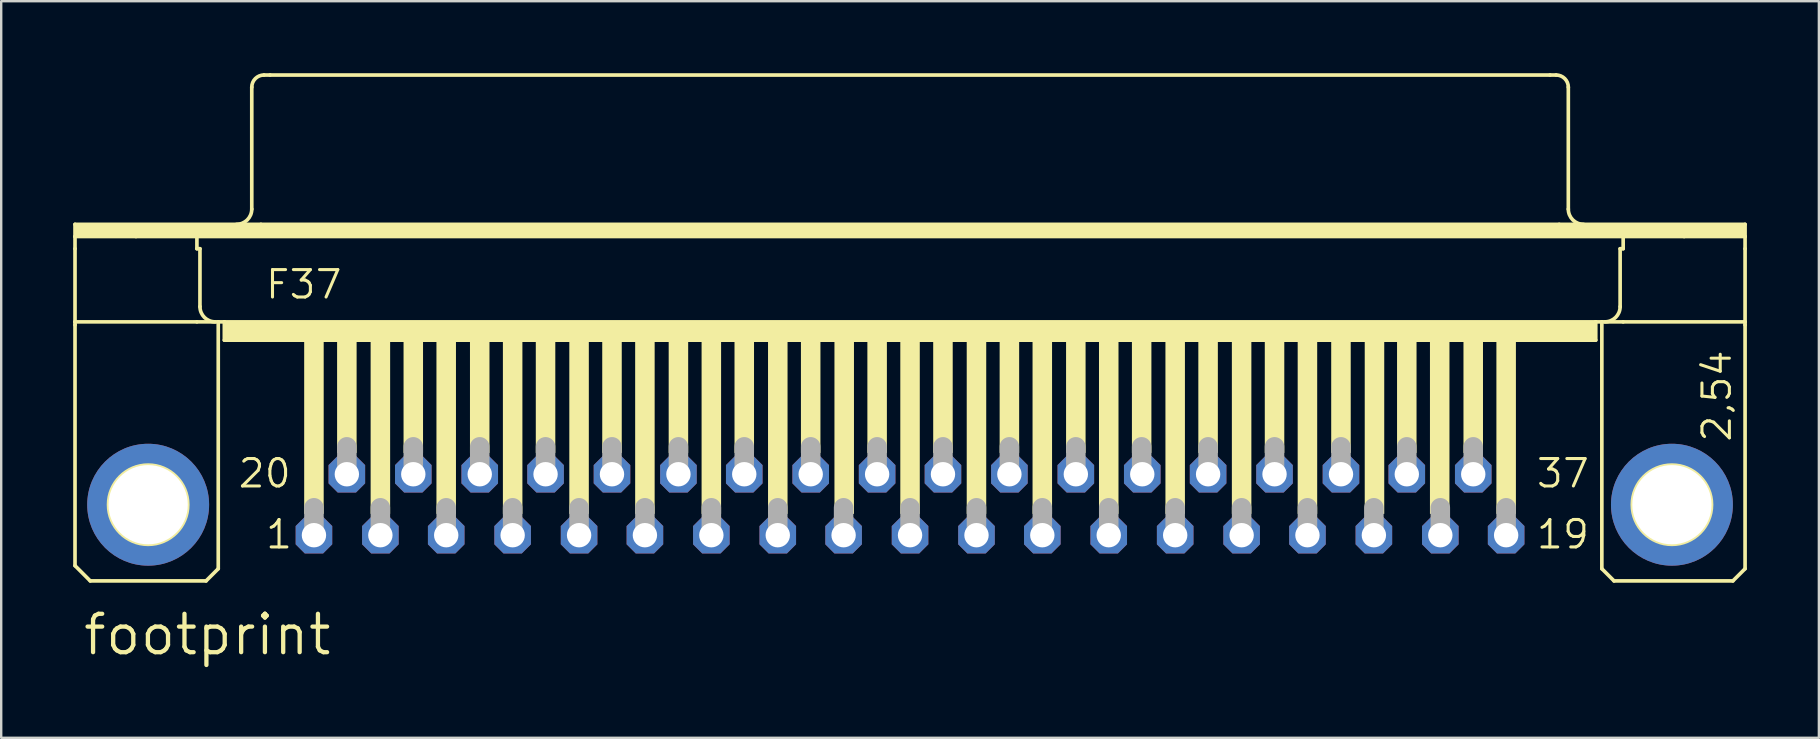
<source format=kicad_pcb>
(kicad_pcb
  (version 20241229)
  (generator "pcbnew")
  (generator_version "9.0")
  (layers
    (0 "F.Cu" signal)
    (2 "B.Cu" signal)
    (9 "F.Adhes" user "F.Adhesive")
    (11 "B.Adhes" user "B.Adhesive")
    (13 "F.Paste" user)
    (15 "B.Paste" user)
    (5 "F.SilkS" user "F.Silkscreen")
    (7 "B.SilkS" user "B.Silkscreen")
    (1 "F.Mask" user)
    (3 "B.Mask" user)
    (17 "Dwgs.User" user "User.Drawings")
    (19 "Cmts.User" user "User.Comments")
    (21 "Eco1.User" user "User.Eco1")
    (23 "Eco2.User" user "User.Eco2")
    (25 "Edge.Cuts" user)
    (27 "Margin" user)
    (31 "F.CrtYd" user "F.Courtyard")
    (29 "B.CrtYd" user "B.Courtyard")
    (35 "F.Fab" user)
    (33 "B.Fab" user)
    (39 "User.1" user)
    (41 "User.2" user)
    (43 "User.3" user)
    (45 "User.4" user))
  (footprint "footprint"
    (layer "F.Cu")
    (at 34.874 17.983)
    (property "Reference" "footprint" (at -34.544 6.35 0) (layer "F.SilkS") (effects (font (size 1.6 1.6) (thickness 0.178)) (justify left bottom)))
    (fp_line (start -34.798 -11.684) (end -27.051 -11.684) (stroke (width 0.152) (type solid)) (layer "F.SilkS"))
    (fp_line (start -34.798 -11.176) (end -34.798 -11.684) (stroke (width 0.152) (type solid)) (layer "F.SilkS"))
    (fp_line (start -34.798 -11.176) (end -32.258 -11.176) (stroke (width 0.152) (type solid)) (layer "F.SilkS"))
    (fp_line (start -34.798 -10.668) (end -34.798 -11.176) (stroke (width 0.152) (type solid)) (layer "F.SilkS"))
    (fp_line (start -34.798 -7.62) (end -34.798 -10.668) (stroke (width 0.152) (type solid)) (layer "F.SilkS"))
    (fp_line (start -34.798 -7.62) (end -34.798 -7.493) (stroke (width 0.152) (type solid)) (layer "F.SilkS"))
    (fp_line (start -34.798 -7.62) (end -29.718 -7.62) (stroke (width 0.152) (type solid)) (layer "F.SilkS"))
    (fp_line (start -34.798 2.54) (end -34.798 -7.493) (stroke (width 0.152) (type solid)) (layer "F.SilkS"))
    (fp_line (start -34.163 3.175) (end -34.798 2.54) (stroke (width 0.152) (type solid)) (layer "F.SilkS"))
    (fp_line (start -32.258 -11.176) (end -29.718 -11.176) (stroke (width 0.152) (type solid)) (layer "F.SilkS"))
    (fp_line (start -29.718 -11.176) (end 29.718 -11.176) (stroke (width 0.152) (type solid)) (layer "F.SilkS"))
    (fp_line (start -29.718 -10.668) (end -29.718 -11.176) (stroke (width 0.152) (type solid)) (layer "F.SilkS"))
    (fp_line (start -29.718 -10.668) (end -29.591 -10.668) (stroke (width 0.152) (type solid)) (layer "F.SilkS"))
    (fp_line (start -29.718 -7.62) (end -28.829 -7.62) (stroke (width 0.152) (type solid)) (layer "F.SilkS"))
    (fp_line (start -29.591 -8.255) (end -29.591 -10.668) (stroke (width 0.152) (type solid)) (layer "F.SilkS"))
    (fp_line (start -29.337 3.175) (end -34.163 3.175) (stroke (width 0.152) (type solid)) (layer "F.SilkS"))
    (fp_line (start -29.337 3.175) (end -28.829 2.667) (stroke (width 0.152) (type solid)) (layer "F.SilkS"))
    (fp_line (start -28.829 -7.62) (end -28.575 -7.62) (stroke (width 0.152) (type solid)) (layer "F.SilkS"))
    (fp_line (start -28.829 2.667) (end -28.829 -7.62) (stroke (width 0.152) (type solid)) (layer "F.SilkS"))
    (fp_line (start -28.575 -7.62) (end -28.575 -6.858) (stroke (width 0.152) (type solid)) (layer "F.SilkS"))
    (fp_line (start -28.575 -7.62) (end 28.575 -7.62) (stroke (width 0.152) (type solid)) (layer "F.SilkS"))
    (fp_line (start -28.575 -6.858) (end 28.575 -6.858) (stroke (width 0.152) (type solid)) (layer "F.SilkS"))
    (fp_line (start -27.432 -12.319) (end -27.432 -17.399) (stroke (width 0.152) (type solid)) (layer "F.SilkS"))
    (fp_line (start -27.051 -11.684) (end 27.051 -11.684) (stroke (width 0.152) (type solid)) (layer "F.SilkS"))
    (fp_line (start -26.924 -17.907) (end -26.67 -17.907) (stroke (width 0.152) (type solid)) (layer "F.SilkS"))
    (fp_line (start -26.67 -17.907) (end 26.67 -17.907) (stroke (width 0.152) (type solid)) (layer "F.SilkS"))
    (fp_line (start 26.67 -17.907) (end 26.924 -17.907) (stroke (width 0.152) (type solid)) (layer "F.SilkS"))
    (fp_line (start 27.051 -11.684) (end 34.798 -11.684) (stroke (width 0.152) (type solid)) (layer "F.SilkS"))
    (fp_line (start 27.432 -12.319) (end 27.432 -17.399) (stroke (width 0.152) (type solid)) (layer "F.SilkS"))
    (fp_line (start 28.575 -7.62) (end 28.575 -6.858) (stroke (width 0.152) (type solid)) (layer "F.SilkS"))
    (fp_line (start 28.575 -7.62) (end 28.829 -7.62) (stroke (width 0.152) (type solid)) (layer "F.SilkS"))
    (fp_line (start 28.829 -7.62) (end 29.718 -7.62) (stroke (width 0.152) (type solid)) (layer "F.SilkS"))
    (fp_line (start 28.829 2.667) (end 28.829 -7.62) (stroke (width 0.152) (type solid)) (layer "F.SilkS"))
    (fp_line (start 28.829 2.667) (end 29.337 3.175) (stroke (width 0.152) (type solid)) (layer "F.SilkS"))
    (fp_line (start 29.337 3.175) (end 34.29 3.175) (stroke (width 0.152) (type solid)) (layer "F.SilkS"))
    (fp_line (start 29.591 -10.668) (end 29.718 -10.668) (stroke (width 0.152) (type solid)) (layer "F.SilkS"))
    (fp_line (start 29.591 -8.255) (end 29.591 -10.668) (stroke (width 0.152) (type solid)) (layer "F.SilkS"))
    (fp_line (start 29.718 -11.176) (end 32.258 -11.176) (stroke (width 0.152) (type solid)) (layer "F.SilkS"))
    (fp_line (start 29.718 -10.668) (end 29.718 -11.176) (stroke (width 0.152) (type solid)) (layer "F.SilkS"))
    (fp_line (start 29.718 -7.62) (end 34.798 -7.62) (stroke (width 0.152) (type solid)) (layer "F.SilkS"))
    (fp_line (start 32.258 -11.176) (end 34.798 -11.176) (stroke (width 0.152) (type solid)) (layer "F.SilkS"))
    (fp_line (start 34.29 3.175) (end 34.798 2.667) (stroke (width 0.152) (type solid)) (layer "F.SilkS"))
    (fp_line (start 34.798 -11.684) (end 34.798 -11.176) (stroke (width 0.152) (type solid)) (layer "F.SilkS"))
    (fp_line (start 34.798 -11.176) (end 34.798 -10.668) (stroke (width 0.152) (type solid)) (layer "F.SilkS"))
    (fp_line (start 34.798 -10.668) (end 34.798 -7.62) (stroke (width 0.152) (type solid)) (layer "F.SilkS"))
    (fp_line (start 34.798 -7.62) (end 34.798 -7.493) (stroke (width 0.152) (type solid)) (layer "F.SilkS"))
    (fp_line (start 34.798 2.667) (end 34.798 -7.493) (stroke (width 0.152) (type solid)) (layer "F.SilkS"))
    (fp_arc (start -28.956 -7.62) (mid -29.405013 -7.805987) (end -29.591 -8.255) (stroke (width 0.1524) (type solid)) (layer "F.SilkS"))
    (fp_arc (start -27.432 -17.399) (mid -27.28321 -17.75821) (end -26.924 -17.907) (stroke (width 0.1524) (type solid)) (layer "F.SilkS"))
    (fp_arc (start -27.432 -12.319) (mid -27.617987 -11.869987) (end -28.067 -11.684) (stroke (width 0.1524) (type solid)) (layer "F.SilkS"))
    (fp_arc (start 26.924 -17.907) (mid 27.28321 -17.75821) (end 27.432 -17.399) (stroke (width 0.1524) (type solid)) (layer "F.SilkS"))
    (fp_arc (start 28.067 -11.684) (mid 27.617987 -11.869987) (end 27.432 -12.319) (stroke (width 0.1524) (type solid)) (layer "F.SilkS"))
    (fp_arc (start 29.591 -8.255) (mid 29.405013 -7.805987) (end 28.956 -7.62) (stroke (width 0.1524) (type solid)) (layer "F.SilkS"))
    (fp_circle (center -31.75 0) (end -30.099 0) (stroke (width 0.152) (type solid)) (fill no) (layer "F.SilkS"))
    (fp_circle (center 31.75 0) (end 33.401 0) (stroke (width 0.152) (type solid)) (fill no) (layer "F.SilkS"))
    (fp_poly (pts (xy -34.798 -11.176) (xy 34.798 -11.176) (xy 34.798 -11.684) (xy -34.798 -11.684)) (stroke (width 0) (type solid)) (fill yes) (layer "F.SilkS"))
    (fp_poly (pts (xy -28.575 -6.858) (xy 28.575 -6.858) (xy 28.575 -7.62) (xy -28.575 -7.62)) (stroke (width 0) (type solid)) (fill yes) (layer "F.SilkS"))
    (fp_poly (pts (xy -25.248 0.381) (xy -24.435 0.381) (xy -24.435 -6.858) (xy -25.248 -6.858)) (stroke (width 0) (type solid)) (fill yes) (layer "F.SilkS"))
    (fp_poly (pts (xy -23.876 -2.159) (xy -23.063 -2.159) (xy -23.063 -6.858) (xy -23.876 -6.858)) (stroke (width 0) (type solid)) (fill yes) (layer "F.SilkS"))
    (fp_poly (pts (xy -22.479 0.381) (xy -21.666 0.381) (xy -21.666 -6.858) (xy -22.479 -6.858)) (stroke (width 0) (type solid)) (fill yes) (layer "F.SilkS"))
    (fp_poly (pts (xy -21.107 -2.159) (xy -20.295 -2.159) (xy -20.295 -6.858) (xy -21.107 -6.858)) (stroke (width 0) (type solid)) (fill yes) (layer "F.SilkS"))
    (fp_poly (pts (xy -19.736 0.381) (xy -18.923 0.381) (xy -18.923 -6.858) (xy -19.736 -6.858)) (stroke (width 0) (type solid)) (fill yes) (layer "F.SilkS"))
    (fp_poly (pts (xy -18.339 -2.159) (xy -17.526 -2.159) (xy -17.526 -6.858) (xy -18.339 -6.858)) (stroke (width 0) (type solid)) (fill yes) (layer "F.SilkS"))
    (fp_poly (pts (xy -16.967 0.381) (xy -16.154 0.381) (xy -16.154 -6.858) (xy -16.967 -6.858)) (stroke (width 0) (type solid)) (fill yes) (layer "F.SilkS"))
    (fp_poly (pts (xy -15.596 -2.159) (xy -14.783 -2.159) (xy -14.783 -6.858) (xy -15.596 -6.858)) (stroke (width 0) (type solid)) (fill yes) (layer "F.SilkS"))
    (fp_poly (pts (xy -14.199 0.381) (xy -13.386 0.381) (xy -13.386 -6.858) (xy -14.199 -6.858)) (stroke (width 0) (type solid)) (fill yes) (layer "F.SilkS"))
    (fp_poly (pts (xy -12.827 -2.159) (xy -12.014 -2.159) (xy -12.014 -6.858) (xy -12.827 -6.858)) (stroke (width 0) (type solid)) (fill yes) (layer "F.SilkS"))
    (fp_poly (pts (xy -11.455 0.381) (xy -10.643 0.381) (xy -10.643 -6.858) (xy -11.455 -6.858)) (stroke (width 0) (type solid)) (fill yes) (layer "F.SilkS"))
    (fp_poly (pts (xy -10.058 -2.159) (xy -9.246 -2.159) (xy -9.246 -6.858) (xy -10.058 -6.858)) (stroke (width 0) (type solid)) (fill yes) (layer "F.SilkS"))
    (fp_poly (pts (xy -8.687 0.381) (xy -7.874 0.381) (xy -7.874 -6.858) (xy -8.687 -6.858)) (stroke (width 0) (type solid)) (fill yes) (layer "F.SilkS"))
    (fp_poly (pts (xy -7.315 -2.159) (xy -6.502 -2.159) (xy -6.502 -6.858) (xy -7.315 -6.858)) (stroke (width 0) (type solid)) (fill yes) (layer "F.SilkS"))
    (fp_poly (pts (xy -5.918 0.381) (xy -5.105 0.381) (xy -5.105 -6.858) (xy -5.918 -6.858)) (stroke (width 0) (type solid)) (fill yes) (layer "F.SilkS"))
    (fp_poly (pts (xy -4.547 -2.159) (xy -3.734 -2.159) (xy -3.734 -6.858) (xy -4.547 -6.858)) (stroke (width 0) (type solid)) (fill yes) (layer "F.SilkS"))
    (fp_poly (pts (xy -3.15 0.381) (xy -2.337 0.381) (xy -2.337 -6.858) (xy -3.15 -6.858)) (stroke (width 0) (type solid)) (fill yes) (layer "F.SilkS"))
    (fp_poly (pts (xy -1.778 -2.159) (xy -0.965 -2.159) (xy -0.965 -6.858) (xy -1.778 -6.858)) (stroke (width 0) (type solid)) (fill yes) (layer "F.SilkS"))
    (fp_poly (pts (xy -0.406 0.381) (xy 0.406 0.381) (xy 0.406 -6.858) (xy -0.406 -6.858)) (stroke (width 0) (type solid)) (fill yes) (layer "F.SilkS"))
    (fp_poly (pts (xy 0.965 -2.159) (xy 1.778 -2.159) (xy 1.778 -6.858) (xy 0.965 -6.858)) (stroke (width 0) (type solid)) (fill yes) (layer "F.SilkS"))
    (fp_poly (pts (xy 2.362 0.381) (xy 3.175 0.381) (xy 3.175 -6.858) (xy 2.362 -6.858)) (stroke (width 0) (type solid)) (fill yes) (layer "F.SilkS"))
    (fp_poly (pts (xy 3.734 -2.159) (xy 4.547 -2.159) (xy 4.547 -6.858) (xy 3.734 -6.858)) (stroke (width 0) (type solid)) (fill yes) (layer "F.SilkS"))
    (fp_poly (pts (xy 5.105 0.381) (xy 5.918 0.381) (xy 5.918 -6.858) (xy 5.105 -6.858)) (stroke (width 0) (type solid)) (fill yes) (layer "F.SilkS"))
    (fp_poly (pts (xy 6.502 -2.159) (xy 7.315 -2.159) (xy 7.315 -6.858) (xy 6.502 -6.858)) (stroke (width 0) (type solid)) (fill yes) (layer "F.SilkS"))
    (fp_poly (pts (xy 7.874 0.381) (xy 8.687 0.381) (xy 8.687 -6.858) (xy 7.874 -6.858)) (stroke (width 0) (type solid)) (fill yes) (layer "F.SilkS"))
    (fp_poly (pts (xy 9.246 -2.159) (xy 10.058 -2.159) (xy 10.058 -6.858) (xy 9.246 -6.858)) (stroke (width 0) (type solid)) (fill yes) (layer "F.SilkS"))
    (fp_poly (pts (xy 10.643 0.381) (xy 11.455 0.381) (xy 11.455 -6.858) (xy 10.643 -6.858)) (stroke (width 0) (type solid)) (fill yes) (layer "F.SilkS"))
    (fp_poly (pts (xy 12.014 -2.159) (xy 12.827 -2.159) (xy 12.827 -6.858) (xy 12.014 -6.858)) (stroke (width 0) (type solid)) (fill yes) (layer "F.SilkS"))
    (fp_poly (pts (xy 13.411 0.381) (xy 14.224 0.381) (xy 14.224 -6.858) (xy 13.411 -6.858)) (stroke (width 0) (type solid)) (fill yes) (layer "F.SilkS"))
    (fp_poly (pts (xy 14.783 -2.159) (xy 15.596 -2.159) (xy 15.596 -6.858) (xy 14.783 -6.858)) (stroke (width 0) (type solid)) (fill yes) (layer "F.SilkS"))
    (fp_poly (pts (xy 16.154 0.381) (xy 16.967 0.381) (xy 16.967 -6.858) (xy 16.154 -6.858)) (stroke (width 0) (type solid)) (fill yes) (layer "F.SilkS"))
    (fp_poly (pts (xy 17.551 -2.159) (xy 18.364 -2.159) (xy 18.364 -6.858) (xy 17.551 -6.858)) (stroke (width 0) (type solid)) (fill yes) (layer "F.SilkS"))
    (fp_poly (pts (xy 18.948 0.381) (xy 19.761 0.381) (xy 19.761 -6.858) (xy 18.948 -6.858)) (stroke (width 0) (type solid)) (fill yes) (layer "F.SilkS"))
    (fp_poly (pts (xy 20.295 -2.159) (xy 21.107 -2.159) (xy 21.107 -6.858) (xy 20.295 -6.858)) (stroke (width 0) (type solid)) (fill yes) (layer "F.SilkS"))
    (fp_poly (pts (xy 21.666 0.381) (xy 22.479 0.381) (xy 22.479 -6.858) (xy 21.666 -6.858)) (stroke (width 0) (type solid)) (fill yes) (layer "F.SilkS"))
    (fp_poly (pts (xy 23.063 -2.159) (xy 23.876 -2.159) (xy 23.876 -6.858) (xy 23.063 -6.858)) (stroke (width 0) (type solid)) (fill yes) (layer "F.SilkS"))
    (fp_poly (pts (xy 24.435 0.381) (xy 25.248 0.381) (xy 25.248 -6.858) (xy 24.435 -6.858)) (stroke (width 0) (type solid)) (fill yes) (layer "F.SilkS"))
    (fp_line (start -24.841 1.143) (end -24.841 0.127) (stroke (width 0.813) (type solid)) (layer "F.Fab"))
    (fp_line (start -23.47 -1.397) (end -23.47 -2.413) (stroke (width 0.813) (type solid)) (layer "F.Fab"))
    (fp_line (start -22.073 1.143) (end -22.073 0.127) (stroke (width 0.813) (type solid)) (layer "F.Fab"))
    (fp_line (start -20.701 -1.397) (end -20.701 -2.413) (stroke (width 0.813) (type solid)) (layer "F.Fab"))
    (fp_line (start -19.329 1.143) (end -19.329 0.127) (stroke (width 0.813) (type solid)) (layer "F.Fab"))
    (fp_line (start -17.932 -1.397) (end -17.932 -2.413) (stroke (width 0.813) (type solid)) (layer "F.Fab"))
    (fp_line (start -16.561 1.143) (end -16.561 0.127) (stroke (width 0.813) (type solid)) (layer "F.Fab"))
    (fp_line (start -15.189 -1.397) (end -15.189 -2.413) (stroke (width 0.813) (type solid)) (layer "F.Fab"))
    (fp_line (start -13.792 1.143) (end -13.792 0.127) (stroke (width 0.813) (type solid)) (layer "F.Fab"))
    (fp_line (start -12.421 -1.397) (end -12.421 -2.413) (stroke (width 0.813) (type solid)) (layer "F.Fab"))
    (fp_line (start -11.049 1.143) (end -11.049 0.127) (stroke (width 0.813) (type solid)) (layer "F.Fab"))
    (fp_line (start -9.652 -1.397) (end -9.652 -2.413) (stroke (width 0.813) (type solid)) (layer "F.Fab"))
    (fp_line (start -8.28 1.143) (end -8.28 0.127) (stroke (width 0.813) (type solid)) (layer "F.Fab"))
    (fp_line (start -6.909 -1.397) (end -6.909 -2.413) (stroke (width 0.813) (type solid)) (layer "F.Fab"))
    (fp_line (start -5.512 1.143) (end -5.512 0.127) (stroke (width 0.813) (type solid)) (layer "F.Fab"))
    (fp_line (start -4.14 -1.397) (end -4.14 -2.413) (stroke (width 0.813) (type solid)) (layer "F.Fab"))
    (fp_line (start -2.769 1.143) (end -2.769 0.127) (stroke (width 0.813) (type solid)) (layer "F.Fab"))
    (fp_line (start -1.372 -1.397) (end -1.372 -2.413) (stroke (width 0.813) (type solid)) (layer "F.Fab"))
    (fp_line (start 0 1.143) (end 0 0.127) (stroke (width 0.813) (type solid)) (layer "F.Fab"))
    (fp_line (start 1.372 -1.397) (end 1.372 -2.413) (stroke (width 0.813) (type solid)) (layer "F.Fab"))
    (fp_line (start 2.769 1.143) (end 2.769 0.127) (stroke (width 0.813) (type solid)) (layer "F.Fab"))
    (fp_line (start 4.14 -1.397) (end 4.14 -2.413) (stroke (width 0.813) (type solid)) (layer "F.Fab"))
    (fp_line (start 5.512 1.143) (end 5.512 0.127) (stroke (width 0.813) (type solid)) (layer "F.Fab"))
    (fp_line (start 6.909 -1.397) (end 6.909 -2.413) (stroke (width 0.813) (type solid)) (layer "F.Fab"))
    (fp_line (start 8.28 1.143) (end 8.28 0.127) (stroke (width 0.813) (type solid)) (layer "F.Fab"))
    (fp_line (start 9.652 -1.397) (end 9.652 -2.413) (stroke (width 0.813) (type solid)) (layer "F.Fab"))
    (fp_line (start 11.049 1.143) (end 11.049 0.127) (stroke (width 0.813) (type solid)) (layer "F.Fab"))
    (fp_line (start 12.421 -1.397) (end 12.421 -2.413) (stroke (width 0.813) (type solid)) (layer "F.Fab"))
    (fp_line (start 13.818 1.143) (end 13.818 0.127) (stroke (width 0.813) (type solid)) (layer "F.Fab"))
    (fp_line (start 15.189 -1.397) (end 15.189 -2.413) (stroke (width 0.813) (type solid)) (layer "F.Fab"))
    (fp_line (start 16.561 1.143) (end 16.561 0.127) (stroke (width 0.813) (type solid)) (layer "F.Fab"))
    (fp_line (start 17.958 -1.397) (end 17.958 -2.413) (stroke (width 0.813) (type solid)) (layer "F.Fab"))
    (fp_line (start 19.329 1.143) (end 19.329 0.127) (stroke (width 0.813) (type solid)) (layer "F.Fab"))
    (fp_line (start 20.701 -1.397) (end 20.701 -2.413) (stroke (width 0.813) (type solid)) (layer "F.Fab"))
    (fp_line (start 22.098 1.143) (end 22.098 0.127) (stroke (width 0.813) (type solid)) (layer "F.Fab"))
    (fp_line (start 23.47 -1.397) (end 23.47 -2.413) (stroke (width 0.813) (type solid)) (layer "F.Fab"))
    (fp_line (start 24.841 1.143) (end 24.841 0.127) (stroke (width 0.813) (type solid)) (layer "F.Fab"))
    (fp_text user "20" (at -28.067 -0.635 0) (layer "F.SilkS") (effects (font (size 1.143 1.143) (thickness 0.127)) (justify left bottom)))
    (fp_text user "2,54" (at 34.29 -2.54 90) (layer "F.SilkS") (effects (font (size 1.143 1.143) (thickness 0.127)) (justify left bottom)))
    (fp_text user "F37" (at -26.924 -8.509 0) (layer "F.SilkS") (effects (font (size 1.143 1.143) (thickness 0.127)) (justify left bottom)))
    (fp_text user "19" (at 26.035 1.905 0) (layer "F.SilkS") (effects (font (size 1.143 1.143) (thickness 0.127)) (justify left bottom)))
    (fp_text user "1" (at -26.924 1.905 0) (layer "F.SilkS") (effects (font (size 1.143 1.143) (thickness 0.127)) (justify left bottom)))
    (fp_text user "37" (at 26.035 -0.635 0) (layer "F.SilkS") (effects (font (size 1.143 1.143) (thickness 0.127)) (justify left bottom)))
    (pad "1" thru_hole roundrect (at -24.841 1.27) (size 1.524 1.524) (drill 1.016) (layers "*.Cu" "*.Mask") (roundrect_rratio 0.25) (chamfer_ratio 0.25) (chamfer top_left top_right bottom_left bottom_right))
    (pad "2" thru_hole roundrect (at -22.073 1.27) (size 1.524 1.524) (drill 1.016) (layers "*.Cu" "*.Mask") (roundrect_rratio 0.25) (chamfer_ratio 0.25) (chamfer top_left top_right bottom_left bottom_right))
    (pad "3" thru_hole roundrect (at -19.329 1.27) (size 1.524 1.524) (drill 1.016) (layers "*.Cu" "*.Mask") (roundrect_rratio 0.25) (chamfer_ratio 0.25) (chamfer top_left top_right bottom_left bottom_right))
    (pad "4" thru_hole roundrect (at -16.561 1.27) (size 1.524 1.524) (drill 1.016) (layers "*.Cu" "*.Mask") (roundrect_rratio 0.25) (chamfer_ratio 0.25) (chamfer top_left top_right bottom_left bottom_right))
    (pad "5" thru_hole roundrect (at -13.792 1.27) (size 1.524 1.524) (drill 1.016) (layers "*.Cu" "*.Mask") (roundrect_rratio 0.25) (chamfer_ratio 0.25) (chamfer top_left top_right bottom_left bottom_right))
    (pad "6" thru_hole roundrect (at -11.049 1.27) (size 1.524 1.524) (drill 1.016) (layers "*.Cu" "*.Mask") (roundrect_rratio 0.25) (chamfer_ratio 0.25) (chamfer top_left top_right bottom_left bottom_right))
    (pad "7" thru_hole roundrect (at -8.28 1.27) (size 1.524 1.524) (drill 1.016) (layers "*.Cu" "*.Mask") (roundrect_rratio 0.25) (chamfer_ratio 0.25) (chamfer top_left top_right bottom_left bottom_right))
    (pad "8" thru_hole roundrect (at -5.512 1.27) (size 1.524 1.524) (drill 1.016) (layers "*.Cu" "*.Mask") (roundrect_rratio 0.25) (chamfer_ratio 0.25) (chamfer top_left top_right bottom_left bottom_right))
    (pad "9" thru_hole roundrect (at -2.769 1.27) (size 1.524 1.524) (drill 1.016) (layers "*.Cu" "*.Mask") (roundrect_rratio 0.25) (chamfer_ratio 0.25) (chamfer top_left top_right bottom_left bottom_right))
    (pad "10" thru_hole roundrect (at 0 1.27) (size 1.524 1.524) (drill 1.016) (layers "*.Cu" "*.Mask") (roundrect_rratio 0.25) (chamfer_ratio 0.25) (chamfer top_left top_right bottom_left bottom_right))
    (pad "11" thru_hole roundrect (at 2.769 1.27) (size 1.524 1.524) (drill 1.016) (layers "*.Cu" "*.Mask") (roundrect_rratio 0.25) (chamfer_ratio 0.25) (chamfer top_left top_right bottom_left bottom_right))
    (pad "12" thru_hole roundrect (at 5.512 1.27) (size 1.524 1.524) (drill 1.016) (layers "*.Cu" "*.Mask") (roundrect_rratio 0.25) (chamfer_ratio 0.25) (chamfer top_left top_right bottom_left bottom_right))
    (pad "13" thru_hole roundrect (at 8.28 1.27) (size 1.524 1.524) (drill 1.016) (layers "*.Cu" "*.Mask") (roundrect_rratio 0.25) (chamfer_ratio 0.25) (chamfer top_left top_right bottom_left bottom_right))
    (pad "14" thru_hole roundrect (at 11.049 1.27) (size 1.524 1.524) (drill 1.016) (layers "*.Cu" "*.Mask") (roundrect_rratio 0.25) (chamfer_ratio 0.25) (chamfer top_left top_right bottom_left bottom_right))
    (pad "15" thru_hole roundrect (at 13.818 1.27) (size 1.524 1.524) (drill 1.016) (layers "*.Cu" "*.Mask") (roundrect_rratio 0.25) (chamfer_ratio 0.25) (chamfer top_left top_right bottom_left bottom_right))
    (pad "16" thru_hole roundrect (at 16.561 1.27) (size 1.524 1.524) (drill 1.016) (layers "*.Cu" "*.Mask") (roundrect_rratio 0.25) (chamfer_ratio 0.25) (chamfer top_left top_right bottom_left bottom_right))
    (pad "17" thru_hole roundrect (at 19.329 1.27) (size 1.524 1.524) (drill 1.016) (layers "*.Cu" "*.Mask") (roundrect_rratio 0.25) (chamfer_ratio 0.25) (chamfer top_left top_right bottom_left bottom_right))
    (pad "18" thru_hole roundrect (at 22.098 1.27) (size 1.524 1.524) (drill 1.016) (layers "*.Cu" "*.Mask") (roundrect_rratio 0.25) (chamfer_ratio 0.25) (chamfer top_left top_right bottom_left bottom_right))
    (pad "19" thru_hole roundrect (at 24.841 1.27) (size 1.524 1.524) (drill 1.016) (layers "*.Cu" "*.Mask") (roundrect_rratio 0.25) (chamfer_ratio 0.25) (chamfer top_left top_right bottom_left bottom_right))
    (pad "20" thru_hole roundrect (at -23.47 -1.27) (size 1.524 1.524) (drill 1.016) (layers "*.Cu" "*.Mask") (roundrect_rratio 0.25) (chamfer_ratio 0.25) (chamfer top_left top_right bottom_left bottom_right))
    (pad "21" thru_hole roundrect (at -20.701 -1.27) (size 1.524 1.524) (drill 1.016) (layers "*.Cu" "*.Mask") (roundrect_rratio 0.25) (chamfer_ratio 0.25) (chamfer top_left top_right bottom_left bottom_right))
    (pad "22" thru_hole roundrect (at -17.932 -1.27) (size 1.524 1.524) (drill 1.016) (layers "*.Cu" "*.Mask") (roundrect_rratio 0.25) (chamfer_ratio 0.25) (chamfer top_left top_right bottom_left bottom_right))
    (pad "23" thru_hole roundrect (at -15.189 -1.27) (size 1.524 1.524) (drill 1.016) (layers "*.Cu" "*.Mask") (roundrect_rratio 0.25) (chamfer_ratio 0.25) (chamfer top_left top_right bottom_left bottom_right))
    (pad "24" thru_hole roundrect (at -12.421 -1.27) (size 1.524 1.524) (drill 1.016) (layers "*.Cu" "*.Mask") (roundrect_rratio 0.25) (chamfer_ratio 0.25) (chamfer top_left top_right bottom_left bottom_right))
    (pad "25" thru_hole roundrect (at -9.652 -1.27) (size 1.524 1.524) (drill 1.016) (layers "*.Cu" "*.Mask") (roundrect_rratio 0.25) (chamfer_ratio 0.25) (chamfer top_left top_right bottom_left bottom_right))
    (pad "26" thru_hole roundrect (at -6.909 -1.27) (size 1.524 1.524) (drill 1.016) (layers "*.Cu" "*.Mask") (roundrect_rratio 0.25) (chamfer_ratio 0.25) (chamfer top_left top_right bottom_left bottom_right))
    (pad "27" thru_hole roundrect (at -4.14 -1.27) (size 1.524 1.524) (drill 1.016) (layers "*.Cu" "*.Mask") (roundrect_rratio 0.25) (chamfer_ratio 0.25) (chamfer top_left top_right bottom_left bottom_right))
    (pad "28" thru_hole roundrect (at -1.372 -1.27) (size 1.524 1.524) (drill 1.016) (layers "*.Cu" "*.Mask") (roundrect_rratio 0.25) (chamfer_ratio 0.25) (chamfer top_left top_right bottom_left bottom_right))
    (pad "29" thru_hole roundrect (at 1.372 -1.27) (size 1.524 1.524) (drill 1.016) (layers "*.Cu" "*.Mask") (roundrect_rratio 0.25) (chamfer_ratio 0.25) (chamfer top_left top_right bottom_left bottom_right))
    (pad "30" thru_hole roundrect (at 4.14 -1.27) (size 1.524 1.524) (drill 1.016) (layers "*.Cu" "*.Mask") (roundrect_rratio 0.25) (chamfer_ratio 0.25) (chamfer top_left top_right bottom_left bottom_right))
    (pad "31" thru_hole roundrect (at 6.909 -1.27) (size 1.524 1.524) (drill 1.016) (layers "*.Cu" "*.Mask") (roundrect_rratio 0.25) (chamfer_ratio 0.25) (chamfer top_left top_right bottom_left bottom_right))
    (pad "32" thru_hole roundrect (at 9.677 -1.27) (size 1.524 1.524) (drill 1.016) (layers "*.Cu" "*.Mask") (roundrect_rratio 0.25) (chamfer_ratio 0.25) (chamfer top_left top_right bottom_left bottom_right))
    (pad "33" thru_hole roundrect (at 12.421 -1.27) (size 1.524 1.524) (drill 1.016) (layers "*.Cu" "*.Mask") (roundrect_rratio 0.25) (chamfer_ratio 0.25) (chamfer top_left top_right bottom_left bottom_right))
    (pad "34" thru_hole roundrect (at 15.189 -1.27) (size 1.524 1.524) (drill 1.016) (layers "*.Cu" "*.Mask") (roundrect_rratio 0.25) (chamfer_ratio 0.25) (chamfer top_left top_right bottom_left bottom_right))
    (pad "35" thru_hole roundrect (at 17.958 -1.27) (size 1.524 1.524) (drill 1.016) (layers "*.Cu" "*.Mask") (roundrect_rratio 0.25) (chamfer_ratio 0.25) (chamfer top_left top_right bottom_left bottom_right))
    (pad "36" thru_hole roundrect (at 20.701 -1.27) (size 1.524 1.524) (drill 1.016) (layers "*.Cu" "*.Mask") (roundrect_rratio 0.25) (chamfer_ratio 0.25) (chamfer top_left top_right bottom_left bottom_right))
    (pad "37" thru_hole roundrect (at 23.47 -1.27) (size 1.524 1.524) (drill 1.016) (layers "*.Cu" "*.Mask") (roundrect_rratio 0.25) (chamfer_ratio 0.25) (chamfer top_left top_right bottom_left bottom_right))
    (pad "G1" thru_hole circle (at -31.75 0) (size 5.08 5.08) (drill 3.302) (layers "*.Cu" "*.Mask"))
    (pad "G2" thru_hole circle (at 31.75 0) (size 5.08 5.08) (drill 3.302) (layers "*.Cu" "*.Mask")))
  (gr_rect
    (start -3 -3)
    (end 72.748 27.696)
    (stroke (width 0.1) (type default))
    (fill no)
    (layer "Edge.Cuts")))
</source>
